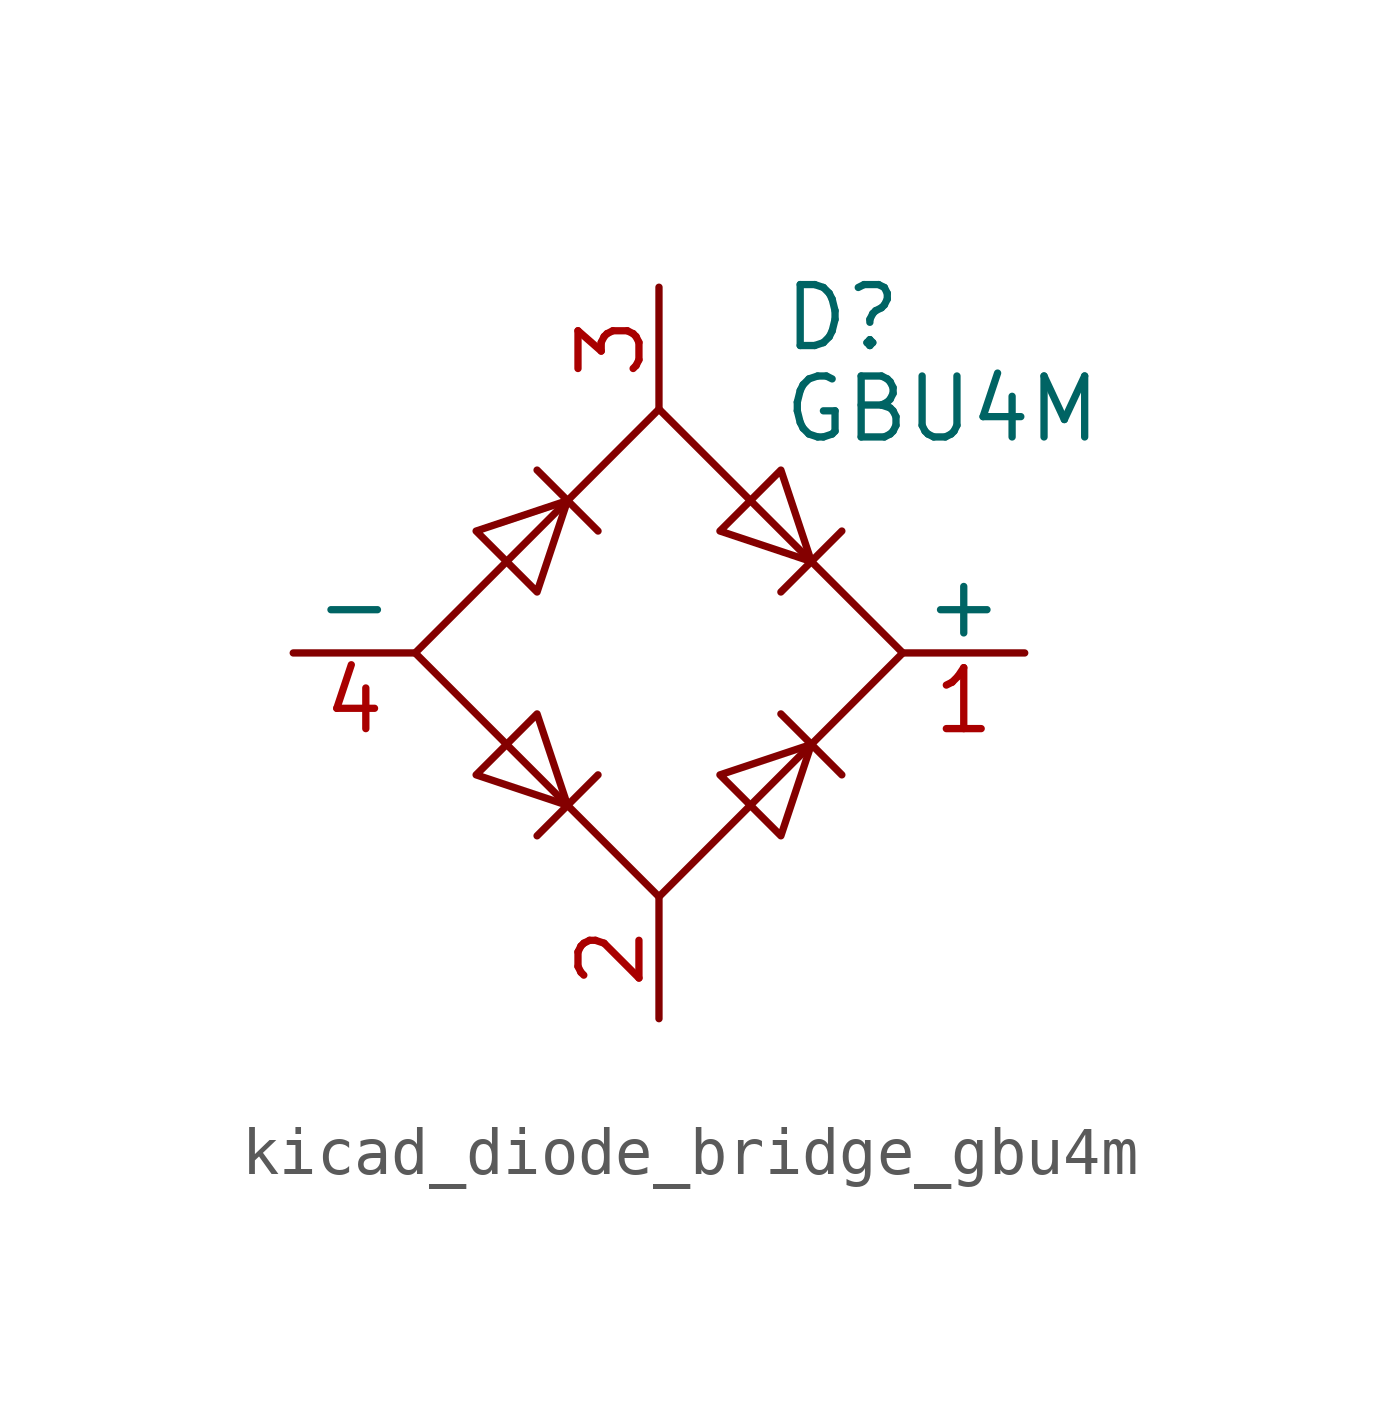
<source format=kicad_sym>
(kicad_symbol_lib
  (version 20220914)
  (generator kicad_symbol_editor)
  (symbol "kicad_diode_bridge_gbu4m"
    (pin_names
      (offset 0))
    (property "Reference" "D"
      (at 2.54 6.985 0)
      (effects (font (size 1.27 1.27)) (justify left)))
    (property "Value" "GBU4M"
      (at 2.54 5.08 0)
      (effects (font (size 1.27 1.27)) (justify left)))
    (symbol "kicad_diode_bridge_gbu4m_0_1"
      (polyline (pts (xy -2.54 3.81) (xy -1.27 2.54)) (stroke (width 0) (type default)) (fill (type none)))
      (polyline (pts (xy -1.27 -2.54) (xy -2.54 -3.81)) (stroke (width 0) (type default)) (fill (type none)))
      (polyline (pts (xy 2.54 -1.27) (xy 3.81 -2.54)) (stroke (width 0) (type default)) (fill (type none)))
      (polyline (pts (xy 2.54 1.27) (xy 3.81 2.54)) (stroke (width 0) (type default)) (fill (type none)))
      (polyline (pts (xy -3.81 2.54) (xy -2.54 1.27) (xy -1.905 3.175) (xy -3.81 2.54)) (stroke (width 0) (type default)) (fill (type none)))
      (polyline (pts (xy -2.54 -1.27) (xy -3.81 -2.54) (xy -1.905 -3.175) (xy -2.54 -1.27)) (stroke (width 0) (type default)) (fill (type none)))
      (polyline (pts (xy 1.27 2.54) (xy 2.54 3.81) (xy 3.175 1.905) (xy 1.27 2.54)) (stroke (width 0) (type default)) (fill (type none)))
      (polyline (pts (xy 3.175 -1.905) (xy 1.27 -2.54) (xy 2.54 -3.81) (xy 3.175 -1.905)) (stroke (width 0) (type default)) (fill (type none)))
      (polyline (pts (xy -5.08 0) (xy 0 -5.08) (xy 5.08 0) (xy 0 5.08) (xy -5.08 0)) (stroke (width 0) (type default)) (fill (type none))))
    (symbol "kicad_diode_bridge_gbu4m_1_1"
      (pin passive line (at 7.62 0 180) (length 2.54) (name "+" (effects (font (size 1.27 1.27)))) (number "1" (effects (font (size 1.27 1.27)))))
      (pin passive line (at 0 -7.62 90) (length 2.54) (name "~" (effects (font (size 1.27 1.27)))) (number "2" (effects (font (size 1.27 1.27)))))
      (pin passive line (at 0 7.62 270) (length 2.54) (name "~" (effects (font (size 1.27 1.27)))) (number "3" (effects (font (size 1.27 1.27)))))
      (pin passive line (at -7.62 0 0) (length 2.54) (name "-" (effects (font (size 1.27 1.27)))) (number "4" (effects (font (size 1.27 1.27))))))))
</source>
